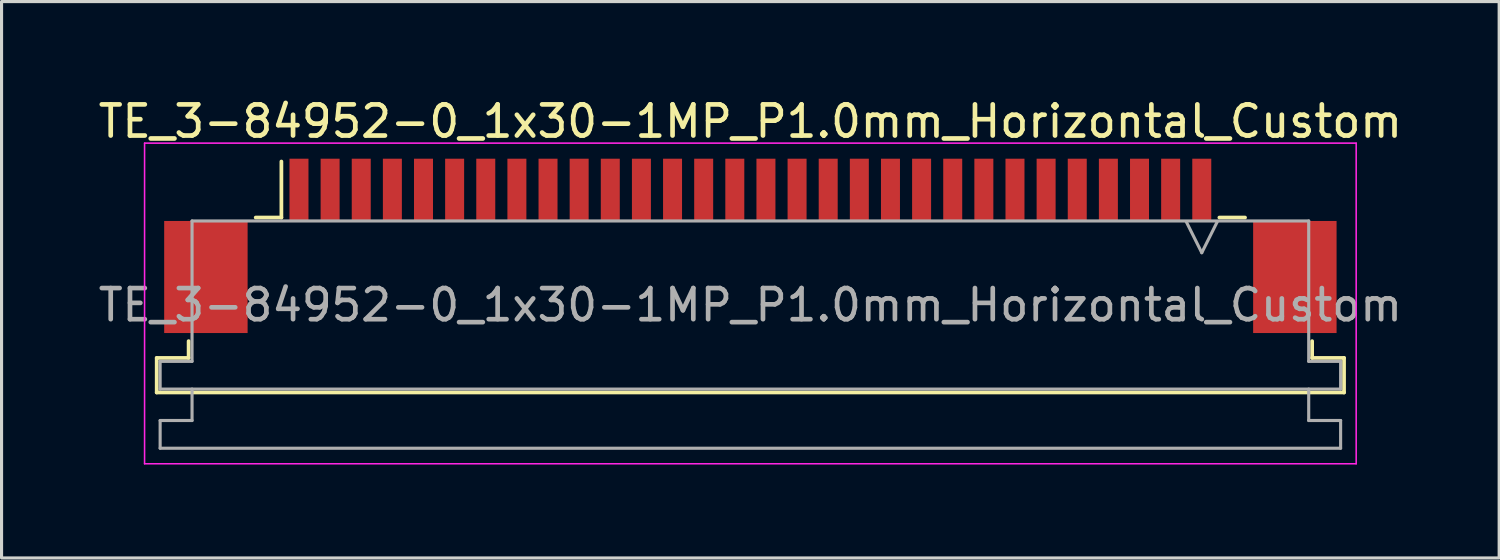
<source format=kicad_pcb>
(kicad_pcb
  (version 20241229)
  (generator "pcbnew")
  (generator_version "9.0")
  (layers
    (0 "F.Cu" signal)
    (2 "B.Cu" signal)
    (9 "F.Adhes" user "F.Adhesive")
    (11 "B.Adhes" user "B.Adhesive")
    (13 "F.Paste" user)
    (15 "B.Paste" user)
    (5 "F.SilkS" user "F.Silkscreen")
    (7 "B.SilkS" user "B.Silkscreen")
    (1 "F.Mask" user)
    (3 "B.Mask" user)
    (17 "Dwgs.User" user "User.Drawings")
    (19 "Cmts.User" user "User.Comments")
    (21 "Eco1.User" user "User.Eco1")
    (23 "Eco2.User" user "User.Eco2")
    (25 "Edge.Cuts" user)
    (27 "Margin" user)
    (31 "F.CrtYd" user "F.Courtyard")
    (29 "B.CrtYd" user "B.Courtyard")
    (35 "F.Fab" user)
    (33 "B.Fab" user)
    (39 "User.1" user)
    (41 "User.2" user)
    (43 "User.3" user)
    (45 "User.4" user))
  (footprint "TE_3-84952-0_1x30-1MP_P1.0mm_Horizontal_Custom"
    (layer "F.Cu")
    (at 21.054 4.848)
    (property "Reference" "TE_3-84952-0_1x30-1MP_P1.0mm_Horizontal_Custom" (at 0 -4 0) (layer "F.SilkS") (effects (font (size 1 1) (thickness 0.15))))
    (attr smd)
    (fp_line (start -19.07 3.6) (end -18.045 3.6) (stroke (width 0.12) (type solid)) (layer "F.SilkS"))
    (fp_line (start -19.07 4.71) (end -19.07 3.6) (stroke (width 0.12) (type solid)) (layer "F.SilkS"))
    (fp_line (start -18.045 3.6) (end -18.045 3.06) (stroke (width 0.12) (type solid)) (layer "F.SilkS"))
    (fp_line (start -15.89 -0.91) (end -15.065 -0.91) (stroke (width 0.12) (type solid)) (layer "F.SilkS"))
    (fp_line (start -15.065 -0.91) (end -15.065 -2.71) (stroke (width 0.12) (type solid)) (layer "F.SilkS"))
    (fp_line (start 15.065 -0.91) (end 15.89 -0.91) (stroke (width 0.12) (type solid)) (layer "F.SilkS"))
    (fp_line (start 18.045 3.06) (end 18.045 3.6) (stroke (width 0.12) (type solid)) (layer "F.SilkS"))
    (fp_line (start 18.045 3.6) (end 19.07 3.6) (stroke (width 0.12) (type solid)) (layer "F.SilkS"))
    (fp_line (start 19.07 3.6) (end 19.07 4.71) (stroke (width 0.12) (type solid)) (layer "F.SilkS"))
    (fp_line (start 19.07 4.71) (end -19.07 4.71) (stroke (width 0.12) (type solid)) (layer "F.SilkS"))
    (fp_line (start -19.46 -3.3) (end -19.46 7) (stroke (width 0.05) (type solid)) (layer "F.CrtYd"))
    (fp_line (start -19.46 7) (end 19.46 7) (stroke (width 0.05) (type solid)) (layer "F.CrtYd"))
    (fp_line (start 19.46 -3.3) (end -19.46 -3.3) (stroke (width 0.05) (type solid)) (layer "F.CrtYd"))
    (fp_line (start 19.46 7) (end 19.46 -3.3) (stroke (width 0.05) (type solid)) (layer "F.CrtYd"))
    (fp_line (start -18.96 3.71) (end -17.935 3.71) (stroke (width 0.1) (type solid)) (layer "F.Fab"))
    (fp_line (start -18.96 4.6) (end -18.96 3.71) (stroke (width 0.1) (type solid)) (layer "F.Fab"))
    (fp_line (start -18.96 5.61) (end -17.935 5.61) (stroke (width 0.1) (type solid)) (layer "F.Fab"))
    (fp_line (start -18.96 6.5) (end -18.96 5.61) (stroke (width 0.1) (type solid)) (layer "F.Fab"))
    (fp_line (start -17.935 -0.8) (end 17.935 -0.8) (stroke (width 0.1) (type solid)) (layer "F.Fab"))
    (fp_line (start -17.935 3.71) (end -17.935 -0.8) (stroke (width 0.1) (type solid)) (layer "F.Fab"))
    (fp_line (start -17.935 5.61) (end -17.935 4.6) (stroke (width 0.1) (type solid)) (layer "F.Fab"))
    (fp_line (start 14 -0.78) (end 14.5 0.22) (stroke (width 0.1) (type solid)) (layer "F.Fab"))
    (fp_line (start 14.5 0.22) (end 15 -0.78) (stroke (width 0.1) (type solid)) (layer "F.Fab"))
    (fp_line (start 17.935 -0.8) (end 17.935 3.71) (stroke (width 0.1) (type solid)) (layer "F.Fab"))
    (fp_line (start 17.935 3.71) (end 18.96 3.71) (stroke (width 0.1) (type solid)) (layer "F.Fab"))
    (fp_line (start 17.935 4.6) (end 17.935 5.61) (stroke (width 0.1) (type solid)) (layer "F.Fab"))
    (fp_line (start 17.935 5.61) (end 18.96 5.61) (stroke (width 0.1) (type solid)) (layer "F.Fab"))
    (fp_line (start 18.96 3.71) (end 18.96 4.6) (stroke (width 0.1) (type solid)) (layer "F.Fab"))
    (fp_line (start 18.96 4.6) (end -18.96 4.6) (stroke (width 0.1) (type solid)) (layer "F.Fab"))
    (fp_line (start 18.96 5.61) (end 18.96 6.5) (stroke (width 0.1) (type solid)) (layer "F.Fab"))
    (fp_line (start 18.96 6.5) (end -18.96 6.5) (stroke (width 0.1) (type solid)) (layer "F.Fab"))
    (fp_text user "${REFERENCE}" (at 0 1.9 0) (layer "F.Fab") (effects (font (size 1 1) (thickness 0.15))))
    (pad "1" smd rect (at 14.5 -1.8) (size 0.61 2) (layers "F.Cu" "F.Mask" "F.Paste"))
    (pad "2" smd rect (at 13.5 -1.8) (size 0.61 2) (layers "F.Cu" "F.Mask" "F.Paste"))
    (pad "3" smd rect (at 12.5 -1.8) (size 0.61 2) (layers "F.Cu" "F.Mask" "F.Paste"))
    (pad "4" smd rect (at 11.5 -1.8) (size 0.61 2) (layers "F.Cu" "F.Mask" "F.Paste"))
    (pad "5" smd rect (at 10.5 -1.8) (size 0.61 2) (layers "F.Cu" "F.Mask" "F.Paste"))
    (pad "6" smd rect (at 9.5 -1.8) (size 0.61 2) (layers "F.Cu" "F.Mask" "F.Paste"))
    (pad "7" smd rect (at 8.5 -1.8) (size 0.61 2) (layers "F.Cu" "F.Mask" "F.Paste"))
    (pad "8" smd rect (at 7.5 -1.8) (size 0.61 2) (layers "F.Cu" "F.Mask" "F.Paste"))
    (pad "9" smd rect (at 6.5 -1.8) (size 0.61 2) (layers "F.Cu" "F.Mask" "F.Paste"))
    (pad "10" smd rect (at 5.5 -1.8) (size 0.61 2) (layers "F.Cu" "F.Mask" "F.Paste"))
    (pad "11" smd rect (at 4.5 -1.8) (size 0.61 2) (layers "F.Cu" "F.Mask" "F.Paste"))
    (pad "12" smd rect (at 3.5 -1.8) (size 0.61 2) (layers "F.Cu" "F.Mask" "F.Paste"))
    (pad "13" smd rect (at 2.5 -1.8) (size 0.61 2) (layers "F.Cu" "F.Mask" "F.Paste"))
    (pad "14" smd rect (at 1.5 -1.8) (size 0.61 2) (layers "F.Cu" "F.Mask" "F.Paste"))
    (pad "15" smd rect (at 0.5 -1.8) (size 0.61 2) (layers "F.Cu" "F.Mask" "F.Paste"))
    (pad "16" smd rect (at -0.5 -1.8) (size 0.61 2) (layers "F.Cu" "F.Mask" "F.Paste"))
    (pad "17" smd rect (at -1.5 -1.8) (size 0.61 2) (layers "F.Cu" "F.Mask" "F.Paste"))
    (pad "18" smd rect (at -2.5 -1.8) (size 0.61 2) (layers "F.Cu" "F.Mask" "F.Paste"))
    (pad "19" smd rect (at -3.5 -1.8) (size 0.61 2) (layers "F.Cu" "F.Mask" "F.Paste"))
    (pad "20" smd rect (at -4.5 -1.8) (size 0.61 2) (layers "F.Cu" "F.Mask" "F.Paste"))
    (pad "21" smd rect (at -5.5 -1.8) (size 0.61 2) (layers "F.Cu" "F.Mask" "F.Paste"))
    (pad "22" smd rect (at -6.5 -1.8) (size 0.61 2) (layers "F.Cu" "F.Mask" "F.Paste"))
    (pad "23" smd rect (at -7.5 -1.8) (size 0.61 2) (layers "F.Cu" "F.Mask" "F.Paste"))
    (pad "24" smd rect (at -8.5 -1.8) (size 0.61 2) (layers "F.Cu" "F.Mask" "F.Paste"))
    (pad "25" smd rect (at -9.5 -1.8) (size 0.61 2) (layers "F.Cu" "F.Mask" "F.Paste"))
    (pad "26" smd rect (at -10.5 -1.8) (size 0.61 2) (layers "F.Cu" "F.Mask" "F.Paste"))
    (pad "27" smd rect (at -11.5 -1.8) (size 0.61 2) (layers "F.Cu" "F.Mask" "F.Paste"))
    (pad "28" smd rect (at -12.5 -1.8) (size 0.61 2) (layers "F.Cu" "F.Mask" "F.Paste"))
    (pad "29" smd rect (at -13.5 -1.8) (size 0.61 2) (layers "F.Cu" "F.Mask" "F.Paste"))
    (pad "30" smd rect (at -14.5 -1.8) (size 0.61 2) (layers "F.Cu" "F.Mask" "F.Paste"))
    (pad "MP" smd rect (at -17.49 1) (size 2.68 3.6) (layers "F.Cu" "F.Mask" "F.Paste"))
    (pad "MP" smd rect (at 17.49 1) (size 2.68 3.6) (layers "F.Cu" "F.Mask" "F.Paste")))
  (gr_rect
    (start -3 -3)
    (end 45.107 14.873)
    (stroke (width 0.1) (type default))
    (fill no)
    (layer "Edge.Cuts")))
</source>
